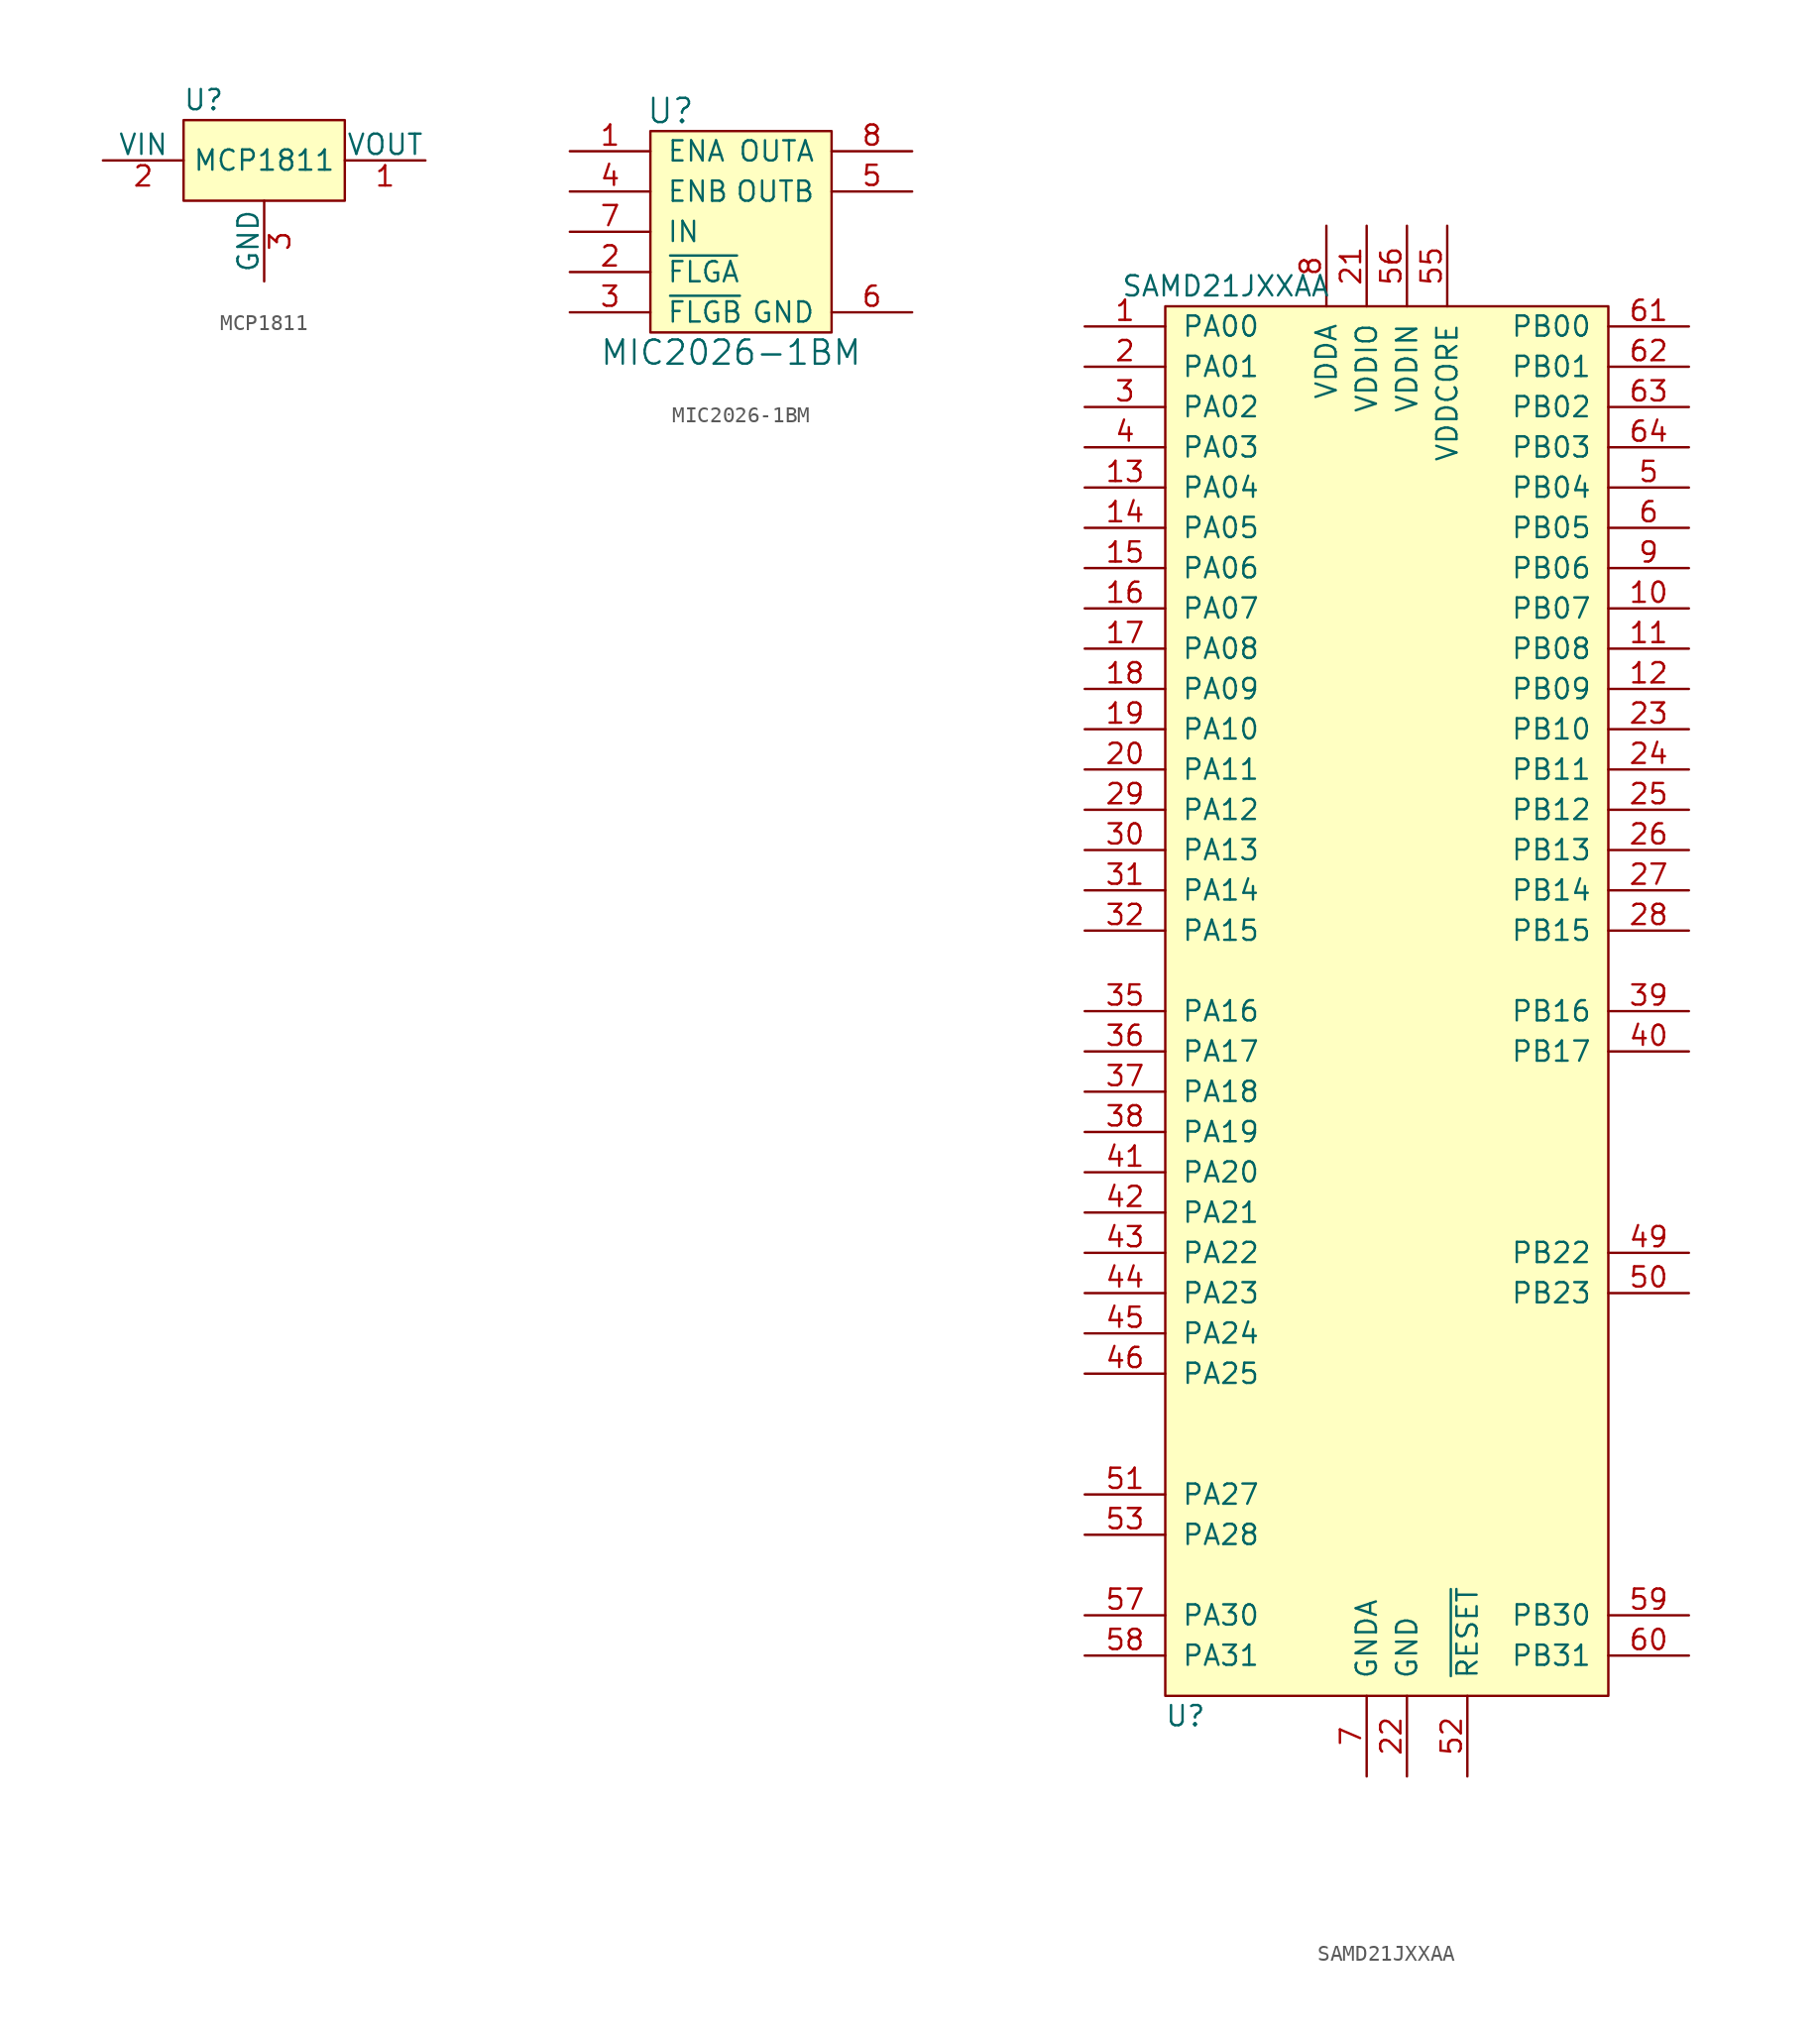
<source format=kicad_sym>
(kicad_symbol_lib
  (version 20241209)
  (generator "kicad_symbol_editor")
  (generator_version "9.0")
  (symbol "MCP1811"
    (pin_names
      (offset 0))
    (property "Reference" "U"
      (at -3.81 3.81 0)
      (effects (font (size 1.27 1.27))))
    (property "Value" "MCP1811"
      (at 0 0 0)
      (effects (font (size 1.27 1.27))))
    (symbol "MCP1811_0_1"
      (rectangle (start -5.08 2.54) (end 5.08 -2.54) (stroke (width 0) (type solid)) (fill (type background))))
    (symbol "MCP1811_1_1"
      (pin power_in line (at -10.16 0 0) (length 5.08) (name "VIN" (effects (font (size 1.27 1.27)))) (number "2" (effects (font (size 1.27 1.27)))))
      (pin power_in line (at 0 -7.62 90) (length 5.08) (name "GND" (effects (font (size 1.27 1.27)))) (number "3" (effects (font (size 1.27 1.27)))))
      (pin power_out line (at 10.16 0 180) (length 5.08) (name "VOUT" (effects (font (size 1.27 1.27)))) (number "1" (effects (font (size 1.27 1.27)))))))
  (symbol "MIC2026-1BM"
    (pin_names
      (offset 1.016))
    (property "Reference" "U"
      (at -3.81 7.62 0)
      (effects (font (size 1.524 1.524))))
    (property "Value" "MIC2026-1BM"
      (at 0 -7.62 0)
      (effects (font (size 1.524 1.524))))
    (symbol "MIC2026-1BM_0_1"
      (rectangle (start -5.08 6.35) (end 6.35 -6.35) (stroke (width 0) (type solid)) (fill (type background))))
    (symbol "MIC2026-1BM_1_1"
      (pin input line (at -10.16 5.08 0) (length 5.08) (name "ENA" (effects (font (size 1.27 1.27)))) (number "1" (effects (font (size 1.27 1.27)))))
      (pin input line (at -10.16 2.54 0) (length 5.08) (name "ENB" (effects (font (size 1.27 1.27)))) (number "4" (effects (font (size 1.27 1.27)))))
      (pin power_in line (at -10.16 0 0) (length 5.08) (name "IN" (effects (font (size 1.27 1.27)))) (number "7" (effects (font (size 1.27 1.27)))))
      (pin output line (at -10.16 -2.54 0) (length 5.08) (name "~{FLGA}" (effects (font (size 1.27 1.27)))) (number "2" (effects (font (size 1.27 1.27)))))
      (pin output line (at -10.16 -5.08 0) (length 5.08) (name "~{FLGB}" (effects (font (size 1.27 1.27)))) (number "3" (effects (font (size 1.27 1.27)))))
      (pin power_out line (at 11.43 5.08 180) (length 5.08) (name "OUTA" (effects (font (size 1.27 1.27)))) (number "8" (effects (font (size 1.27 1.27)))))
      (pin power_out line (at 11.43 2.54 180) (length 5.08) (name "OUTB" (effects (font (size 1.27 1.27)))) (number "5" (effects (font (size 1.27 1.27)))))
      (pin power_in line (at 11.43 -5.08 180) (length 5.08) (name "GND" (effects (font (size 1.27 1.27)))) (number "6" (effects (font (size 1.27 1.27)))))))
  (symbol "SAMD21JXXAA"
    (pin_names
      (offset 1.016))
    (property "Reference" "U"
      (at -12.7 -46.99 0)
      (effects (font (size 1.27 1.27))))
    (property "Value" "SAMD21JXXAA"
      (at -10.16 43.18 0)
      (effects (font (size 1.27 1.27))))
    (symbol "SAMD21JXXAA_0_1"
      (rectangle (start -13.97 41.91) (end 13.97 -45.72) (stroke (width 0) (type solid)) (fill (type background))))
    (symbol "SAMD21JXXAA_1_1"
      (pin bidirectional line (at -19.05 40.64 0) (length 5.08) (name "PA00" (effects (font (size 1.27 1.27)))) (number "1" (effects (font (size 1.27 1.27)))))
      (pin bidirectional line (at -19.05 38.1 0) (length 5.08) (name "PA01" (effects (font (size 1.27 1.27)))) (number "2" (effects (font (size 1.27 1.27)))))
      (pin bidirectional line (at -19.05 35.56 0) (length 5.08) (name "PA02" (effects (font (size 1.27 1.27)))) (number "3" (effects (font (size 1.27 1.27)))))
      (pin bidirectional line (at -19.05 33.02 0) (length 5.08) (name "PA03" (effects (font (size 1.27 1.27)))) (number "4" (effects (font (size 1.27 1.27)))))
      (pin bidirectional line (at -19.05 30.48 0) (length 5.08) (name "PA04" (effects (font (size 1.27 1.27)))) (number "13" (effects (font (size 1.27 1.27)))))
      (pin bidirectional line (at -19.05 27.94 0) (length 5.08) (name "PA05" (effects (font (size 1.27 1.27)))) (number "14" (effects (font (size 1.27 1.27)))))
      (pin bidirectional line (at -19.05 25.4 0) (length 5.08) (name "PA06" (effects (font (size 1.27 1.27)))) (number "15" (effects (font (size 1.27 1.27)))))
      (pin bidirectional line (at -19.05 22.86 0) (length 5.08) (name "PA07" (effects (font (size 1.27 1.27)))) (number "16" (effects (font (size 1.27 1.27)))))
      (pin bidirectional line (at -19.05 20.32 0) (length 5.08) (name "PA08" (effects (font (size 1.27 1.27)))) (number "17" (effects (font (size 1.27 1.27)))))
      (pin bidirectional line (at -19.05 17.78 0) (length 5.08) (name "PA09" (effects (font (size 1.27 1.27)))) (number "18" (effects (font (size 1.27 1.27)))))
      (pin bidirectional line (at -19.05 15.24 0) (length 5.08) (name "PA10" (effects (font (size 1.27 1.27)))) (number "19" (effects (font (size 1.27 1.27)))))
      (pin bidirectional line (at -19.05 12.7 0) (length 5.08) (name "PA11" (effects (font (size 1.27 1.27)))) (number "20" (effects (font (size 1.27 1.27)))))
      (pin bidirectional line (at -19.05 10.16 0) (length 5.08) (name "PA12" (effects (font (size 1.27 1.27)))) (number "29" (effects (font (size 1.27 1.27)))))
      (pin bidirectional line (at -19.05 7.62 0) (length 5.08) (name "PA13" (effects (font (size 1.27 1.27)))) (number "30" (effects (font (size 1.27 1.27)))))
      (pin bidirectional line (at -19.05 5.08 0) (length 5.08) (name "PA14" (effects (font (size 1.27 1.27)))) (number "31" (effects (font (size 1.27 1.27)))))
      (pin bidirectional line (at -19.05 2.54 0) (length 5.08) (name "PA15" (effects (font (size 1.27 1.27)))) (number "32" (effects (font (size 1.27 1.27)))))
      (pin bidirectional line (at -19.05 -2.54 0) (length 5.08) (name "PA16" (effects (font (size 1.27 1.27)))) (number "35" (effects (font (size 1.27 1.27)))))
      (pin bidirectional line (at -19.05 -5.08 0) (length 5.08) (name "PA17" (effects (font (size 1.27 1.27)))) (number "36" (effects (font (size 1.27 1.27)))))
      (pin bidirectional line (at -19.05 -7.62 0) (length 5.08) (name "PA18" (effects (font (size 1.27 1.27)))) (number "37" (effects (font (size 1.27 1.27)))))
      (pin bidirectional line (at -19.05 -10.16 0) (length 5.08) (name "PA19" (effects (font (size 1.27 1.27)))) (number "38" (effects (font (size 1.27 1.27)))))
      (pin bidirectional line (at -19.05 -12.7 0) (length 5.08) (name "PA20" (effects (font (size 1.27 1.27)))) (number "41" (effects (font (size 1.27 1.27)))))
      (pin bidirectional line (at -19.05 -15.24 0) (length 5.08) (name "PA21" (effects (font (size 1.27 1.27)))) (number "42" (effects (font (size 1.27 1.27)))))
      (pin bidirectional line (at -19.05 -17.78 0) (length 5.08) (name "PA22" (effects (font (size 1.27 1.27)))) (number "43" (effects (font (size 1.27 1.27)))))
      (pin bidirectional line (at -19.05 -20.32 0) (length 5.08) (name "PA23" (effects (font (size 1.27 1.27)))) (number "44" (effects (font (size 1.27 1.27)))))
      (pin bidirectional line (at -19.05 -22.86 0) (length 5.08) (name "PA24" (effects (font (size 1.27 1.27)))) (number "45" (effects (font (size 1.27 1.27)))))
      (pin bidirectional line (at -19.05 -25.4 0) (length 5.08) (name "PA25" (effects (font (size 1.27 1.27)))) (number "46" (effects (font (size 1.27 1.27)))))
      (pin bidirectional line (at -19.05 -33.02 0) (length 5.08) (name "PA27" (effects (font (size 1.27 1.27)))) (number "51" (effects (font (size 1.27 1.27)))))
      (pin bidirectional line (at -19.05 -35.56 0) (length 5.08) (name "PA28" (effects (font (size 1.27 1.27)))) (number "53" (effects (font (size 1.27 1.27)))))
      (pin bidirectional line (at -19.05 -40.64 0) (length 5.08) (name "PA30" (effects (font (size 1.27 1.27)))) (number "57" (effects (font (size 1.27 1.27)))))
      (pin bidirectional line (at -19.05 -43.18 0) (length 5.08) (name "PA31" (effects (font (size 1.27 1.27)))) (number "58" (effects (font (size 1.27 1.27)))))
      (pin power_in line (at -3.81 46.99 270) (length 5.08) (name "VDDA" (effects (font (size 1.27 1.27)))) (number "8" (effects (font (size 1.27 1.27)))))
      (pin power_in line (at -1.27 46.99 270) (length 5.08) (name "VDDIO" (effects (font (size 1.27 1.27)))) (number "21" (effects (font (size 1.27 1.27)))))
      (pin passive line (at -1.27 46.99 270) (length 5.08) (hide yes) (name "VDDIO" (effects (font (size 1.27 1.27)))) (number "34" (effects (font (size 1.27 1.27)))))
      (pin passive line (at -1.27 46.99 270) (length 5.08) (hide yes) (name "VDDIO" (effects (font (size 1.27 1.27)))) (number "48" (effects (font (size 1.27 1.27)))))
      (pin power_in line (at -1.27 -50.8 90) (length 5.08) (name "GNDA" (effects (font (size 1.27 1.27)))) (number "7" (effects (font (size 1.27 1.27)))))
      (pin power_in line (at 1.27 46.99 270) (length 5.08) (name "VDDIN" (effects (font (size 1.27 1.27)))) (number "56" (effects (font (size 1.27 1.27)))))
      (pin power_in line (at 1.27 -50.8 90) (length 5.08) (name "GND" (effects (font (size 1.27 1.27)))) (number "22" (effects (font (size 1.27 1.27)))))
      (pin passive line (at 1.27 -50.8 90) (length 5.08) (hide yes) (name "GND" (effects (font (size 1.27 1.27)))) (number "33" (effects (font (size 1.27 1.27)))))
      (pin passive line (at 1.27 -50.8 90) (length 5.08) (hide yes) (name "GND" (effects (font (size 1.27 1.27)))) (number "47" (effects (font (size 1.27 1.27)))))
      (pin passive line (at 1.27 -50.8 90) (length 5.08) (hide yes) (name "GND" (effects (font (size 1.27 1.27)))) (number "54" (effects (font (size 1.27 1.27)))))
      (pin output line (at 3.81 46.99 270) (length 5.08) (name "VDDCORE" (effects (font (size 1.27 1.27)))) (number "55" (effects (font (size 1.27 1.27)))))
      (pin input line (at 5.08 -50.8 90) (length 5.08) (name "~{RESET}" (effects (font (size 1.27 1.27)))) (number "52" (effects (font (size 1.27 1.27)))))
      (pin bidirectional line (at 19.05 40.64 180) (length 5.08) (name "PB00" (effects (font (size 1.27 1.27)))) (number "61" (effects (font (size 1.27 1.27)))))
      (pin bidirectional line (at 19.05 38.1 180) (length 5.08) (name "PB01" (effects (font (size 1.27 1.27)))) (number "62" (effects (font (size 1.27 1.27)))))
      (pin bidirectional line (at 19.05 35.56 180) (length 5.08) (name "PB02" (effects (font (size 1.27 1.27)))) (number "63" (effects (font (size 1.27 1.27)))))
      (pin bidirectional line (at 19.05 33.02 180) (length 5.08) (name "PB03" (effects (font (size 1.27 1.27)))) (number "64" (effects (font (size 1.27 1.27)))))
      (pin bidirectional line (at 19.05 30.48 180) (length 5.08) (name "PB04" (effects (font (size 1.27 1.27)))) (number "5" (effects (font (size 1.27 1.27)))))
      (pin bidirectional line (at 19.05 27.94 180) (length 5.08) (name "PB05" (effects (font (size 1.27 1.27)))) (number "6" (effects (font (size 1.27 1.27)))))
      (pin bidirectional line (at 19.05 25.4 180) (length 5.08) (name "PB06" (effects (font (size 1.27 1.27)))) (number "9" (effects (font (size 1.27 1.27)))))
      (pin bidirectional line (at 19.05 22.86 180) (length 5.08) (name "PB07" (effects (font (size 1.27 1.27)))) (number "10" (effects (font (size 1.27 1.27)))))
      (pin bidirectional line (at 19.05 20.32 180) (length 5.08) (name "PB08" (effects (font (size 1.27 1.27)))) (number "11" (effects (font (size 1.27 1.27)))))
      (pin bidirectional line (at 19.05 17.78 180) (length 5.08) (name "PB09" (effects (font (size 1.27 1.27)))) (number "12" (effects (font (size 1.27 1.27)))))
      (pin bidirectional line (at 19.05 15.24 180) (length 5.08) (name "PB10" (effects (font (size 1.27 1.27)))) (number "23" (effects (font (size 1.27 1.27)))))
      (pin bidirectional line (at 19.05 12.7 180) (length 5.08) (name "PB11" (effects (font (size 1.27 1.27)))) (number "24" (effects (font (size 1.27 1.27)))))
      (pin bidirectional line (at 19.05 10.16 180) (length 5.08) (name "PB12" (effects (font (size 1.27 1.27)))) (number "25" (effects (font (size 1.27 1.27)))))
      (pin bidirectional line (at 19.05 7.62 180) (length 5.08) (name "PB13" (effects (font (size 1.27 1.27)))) (number "26" (effects (font (size 1.27 1.27)))))
      (pin bidirectional line (at 19.05 5.08 180) (length 5.08) (name "PB14" (effects (font (size 1.27 1.27)))) (number "27" (effects (font (size 1.27 1.27)))))
      (pin bidirectional line (at 19.05 2.54 180) (length 5.08) (name "PB15" (effects (font (size 1.27 1.27)))) (number "28" (effects (font (size 1.27 1.27)))))
      (pin bidirectional line (at 19.05 -2.54 180) (length 5.08) (name "PB16" (effects (font (size 1.27 1.27)))) (number "39" (effects (font (size 1.27 1.27)))))
      (pin bidirectional line (at 19.05 -5.08 180) (length 5.08) (name "PB17" (effects (font (size 1.27 1.27)))) (number "40" (effects (font (size 1.27 1.27)))))
      (pin bidirectional line (at 19.05 -17.78 180) (length 5.08) (name "PB22" (effects (font (size 1.27 1.27)))) (number "49" (effects (font (size 1.27 1.27)))))
      (pin bidirectional line (at 19.05 -20.32 180) (length 5.08) (name "PB23" (effects (font (size 1.27 1.27)))) (number "50" (effects (font (size 1.27 1.27)))))
      (pin bidirectional line (at 19.05 -40.64 180) (length 5.08) (name "PB30" (effects (font (size 1.27 1.27)))) (number "59" (effects (font (size 1.27 1.27)))))
      (pin bidirectional line (at 19.05 -43.18 180) (length 5.08) (name "PB31" (effects (font (size 1.27 1.27)))) (number "60" (effects (font (size 1.27 1.27))))))))
</source>
